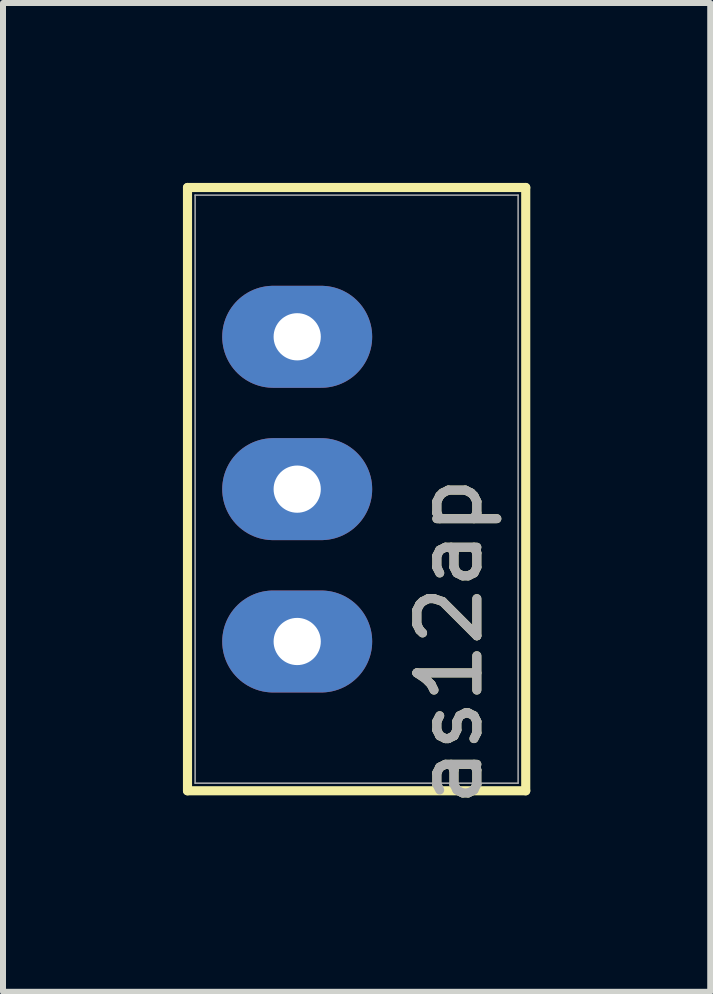
<source format=kicad_pcb>
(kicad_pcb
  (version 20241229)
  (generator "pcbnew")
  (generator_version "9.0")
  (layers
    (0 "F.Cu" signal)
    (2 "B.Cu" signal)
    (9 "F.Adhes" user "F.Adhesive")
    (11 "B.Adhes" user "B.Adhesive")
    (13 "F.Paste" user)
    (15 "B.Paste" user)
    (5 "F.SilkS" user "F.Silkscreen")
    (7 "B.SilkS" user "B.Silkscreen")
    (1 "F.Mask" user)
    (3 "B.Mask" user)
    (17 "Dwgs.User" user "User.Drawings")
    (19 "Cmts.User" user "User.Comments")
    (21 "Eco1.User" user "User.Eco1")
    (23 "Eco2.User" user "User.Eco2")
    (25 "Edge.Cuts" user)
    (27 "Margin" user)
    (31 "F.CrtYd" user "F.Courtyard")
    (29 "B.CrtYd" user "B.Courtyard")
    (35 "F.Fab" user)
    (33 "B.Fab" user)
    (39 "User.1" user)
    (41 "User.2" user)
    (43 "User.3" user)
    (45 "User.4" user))
  (footprint "as12ap"
    (layer "F.Cu")
    (at 1.905 2.565)
    (property "Reference" "as12ap" (at 2.54 5.08 90) (unlocked yes) (layer "F.SilkS") (effects (font (size 1 1) (thickness 0.15))))
    (attr through_hole)
    (fp_line (start -1.829 -2.489) (end -1.829 7.569) (stroke (width 0.152) (type solid)) (layer "F.SilkS"))
    (fp_line (start -1.829 7.569) (end 3.81 7.569) (stroke (width 0.152) (type solid)) (layer "F.SilkS"))
    (fp_line (start 3.81 -2.489) (end -1.829 -2.489) (stroke (width 0.152) (type solid)) (layer "F.SilkS"))
    (fp_line (start 3.81 7.569) (end 3.81 -2.489) (stroke (width 0.152) (type solid)) (layer "F.SilkS"))
    (fp_line (start -1.702 -2.362) (end -1.702 7.442) (stroke (width 0.025) (type solid)) (layer "F.Fab"))
    (fp_line (start -1.702 7.442) (end 3.683 7.442) (stroke (width 0.025) (type solid)) (layer "F.Fab"))
    (fp_line (start 3.683 -2.362) (end -1.702 -2.362) (stroke (width 0.025) (type solid)) (layer "F.Fab"))
    (fp_line (start 3.683 7.442) (end 3.683 -2.362) (stroke (width 0.025) (type solid)) (layer "F.Fab"))
    (fp_text user "${REFERENCE}" (at 2.54 5.08 90) (unlocked yes) (layer "F.Fab") (effects (font (size 1 1) (thickness 0.15))))
    (pad "1" thru_hole oval (at 0 0) (size 2.5 1.7) (drill 0.787) (layers "*.Cu" "*.Mask"))
    (pad "2" thru_hole oval (at 0 2.54) (size 2.5 1.7) (drill 0.787) (layers "*.Cu" "*.Mask"))
    (pad "3" thru_hole oval (at 0 5.08) (size 2.5 1.7) (drill 0.787) (layers "*.Cu" "*.Mask")))
  (gr_rect
    (start -3 -3)
    (end 8.791 13.485)
    (stroke (width 0.1) (type default))
    (fill no)
    (layer "Edge.Cuts")))
</source>
